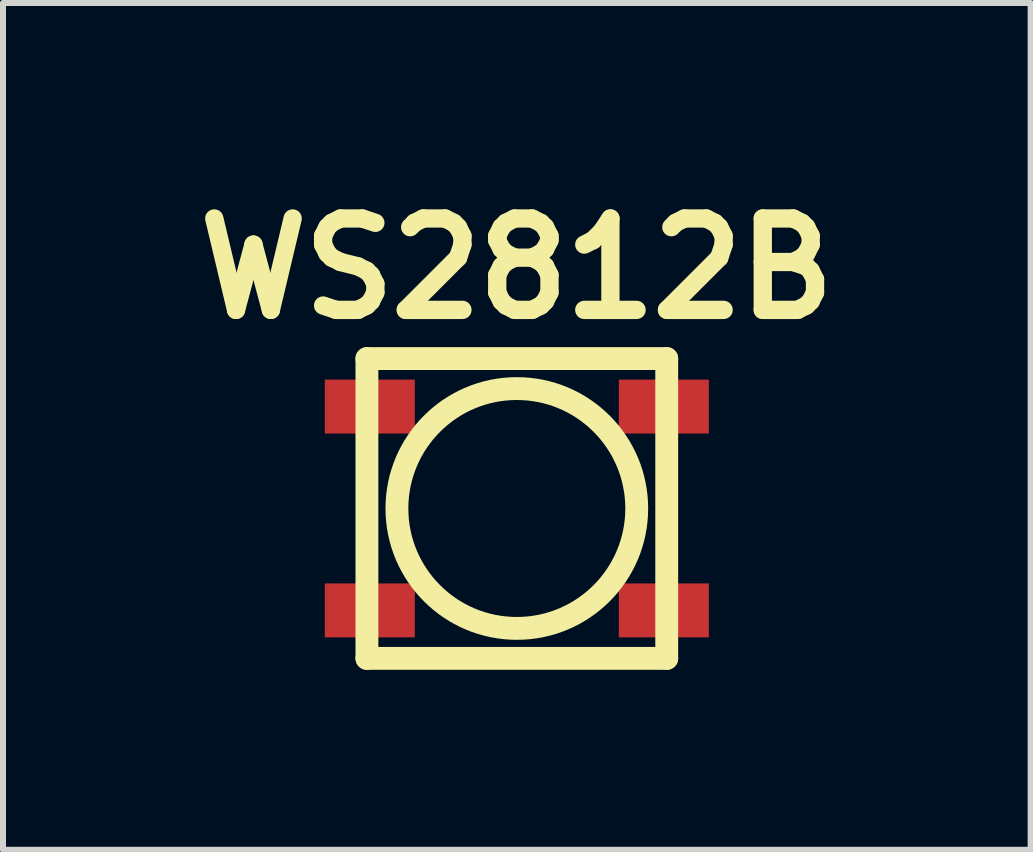
<source format=kicad_pcb>
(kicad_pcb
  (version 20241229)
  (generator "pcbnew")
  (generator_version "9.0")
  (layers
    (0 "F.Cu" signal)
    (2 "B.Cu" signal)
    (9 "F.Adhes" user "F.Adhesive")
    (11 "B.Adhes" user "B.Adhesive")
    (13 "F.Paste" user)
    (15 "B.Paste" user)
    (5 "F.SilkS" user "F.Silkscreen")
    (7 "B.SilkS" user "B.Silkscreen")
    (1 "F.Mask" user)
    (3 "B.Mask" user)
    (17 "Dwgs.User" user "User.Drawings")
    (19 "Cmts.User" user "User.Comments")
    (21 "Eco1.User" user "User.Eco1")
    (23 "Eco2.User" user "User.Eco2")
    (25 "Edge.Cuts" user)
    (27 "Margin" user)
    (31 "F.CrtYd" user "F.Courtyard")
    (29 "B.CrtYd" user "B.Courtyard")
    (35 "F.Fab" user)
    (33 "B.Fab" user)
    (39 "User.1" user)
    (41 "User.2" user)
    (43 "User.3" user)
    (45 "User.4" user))
  (footprint "WS2812B"
    (layer "F.Cu")
    (at 5.566 5.427)
    (property "Reference" "WS2812B" (at 0 -4 0) (layer "F.SilkS") (effects (font (size 1.524 1.524) (thickness 0.305))))
    (attr through_hole)
    (fp_line (start -2.499 -2.499) (end 2.499 -2.499) (stroke (width 0.381) (type solid)) (layer "F.SilkS"))
    (fp_line (start -2.499 2.499) (end -2.499 -2.499) (stroke (width 0.381) (type solid)) (layer "F.SilkS"))
    (fp_line (start 2.499 -2.499) (end 2.499 2.499) (stroke (width 0.381) (type solid)) (layer "F.SilkS"))
    (fp_line (start 2.499 2.499) (end -2.499 2.499) (stroke (width 0.381) (type solid)) (layer "F.SilkS"))
    (fp_circle (center 0 0) (end 1.999 0) (stroke (width 0.381) (type solid)) (fill no) (layer "F.SilkS"))
    (pad "1" smd rect (at -2.451 -1.699) (size 1.501 0.899) (layers "F.Cu" "F.Mask" "F.Paste"))
    (pad "2" smd rect (at -2.451 1.699) (size 1.501 0.899) (layers "F.Cu" "F.Mask" "F.Paste"))
    (pad "3" smd rect (at 2.451 1.699) (size 1.501 0.899) (layers "F.Cu" "F.Mask" "F.Paste"))
    (pad "4" smd rect (at 2.451 -1.699) (size 1.501 0.899) (layers "F.Cu" "F.Mask" "F.Paste")))
  (gr_rect
    (start -3 -3)
    (end 14.132 11.117)
    (stroke (width 0.1) (type default))
    (fill no)
    (layer "Edge.Cuts")))
</source>
